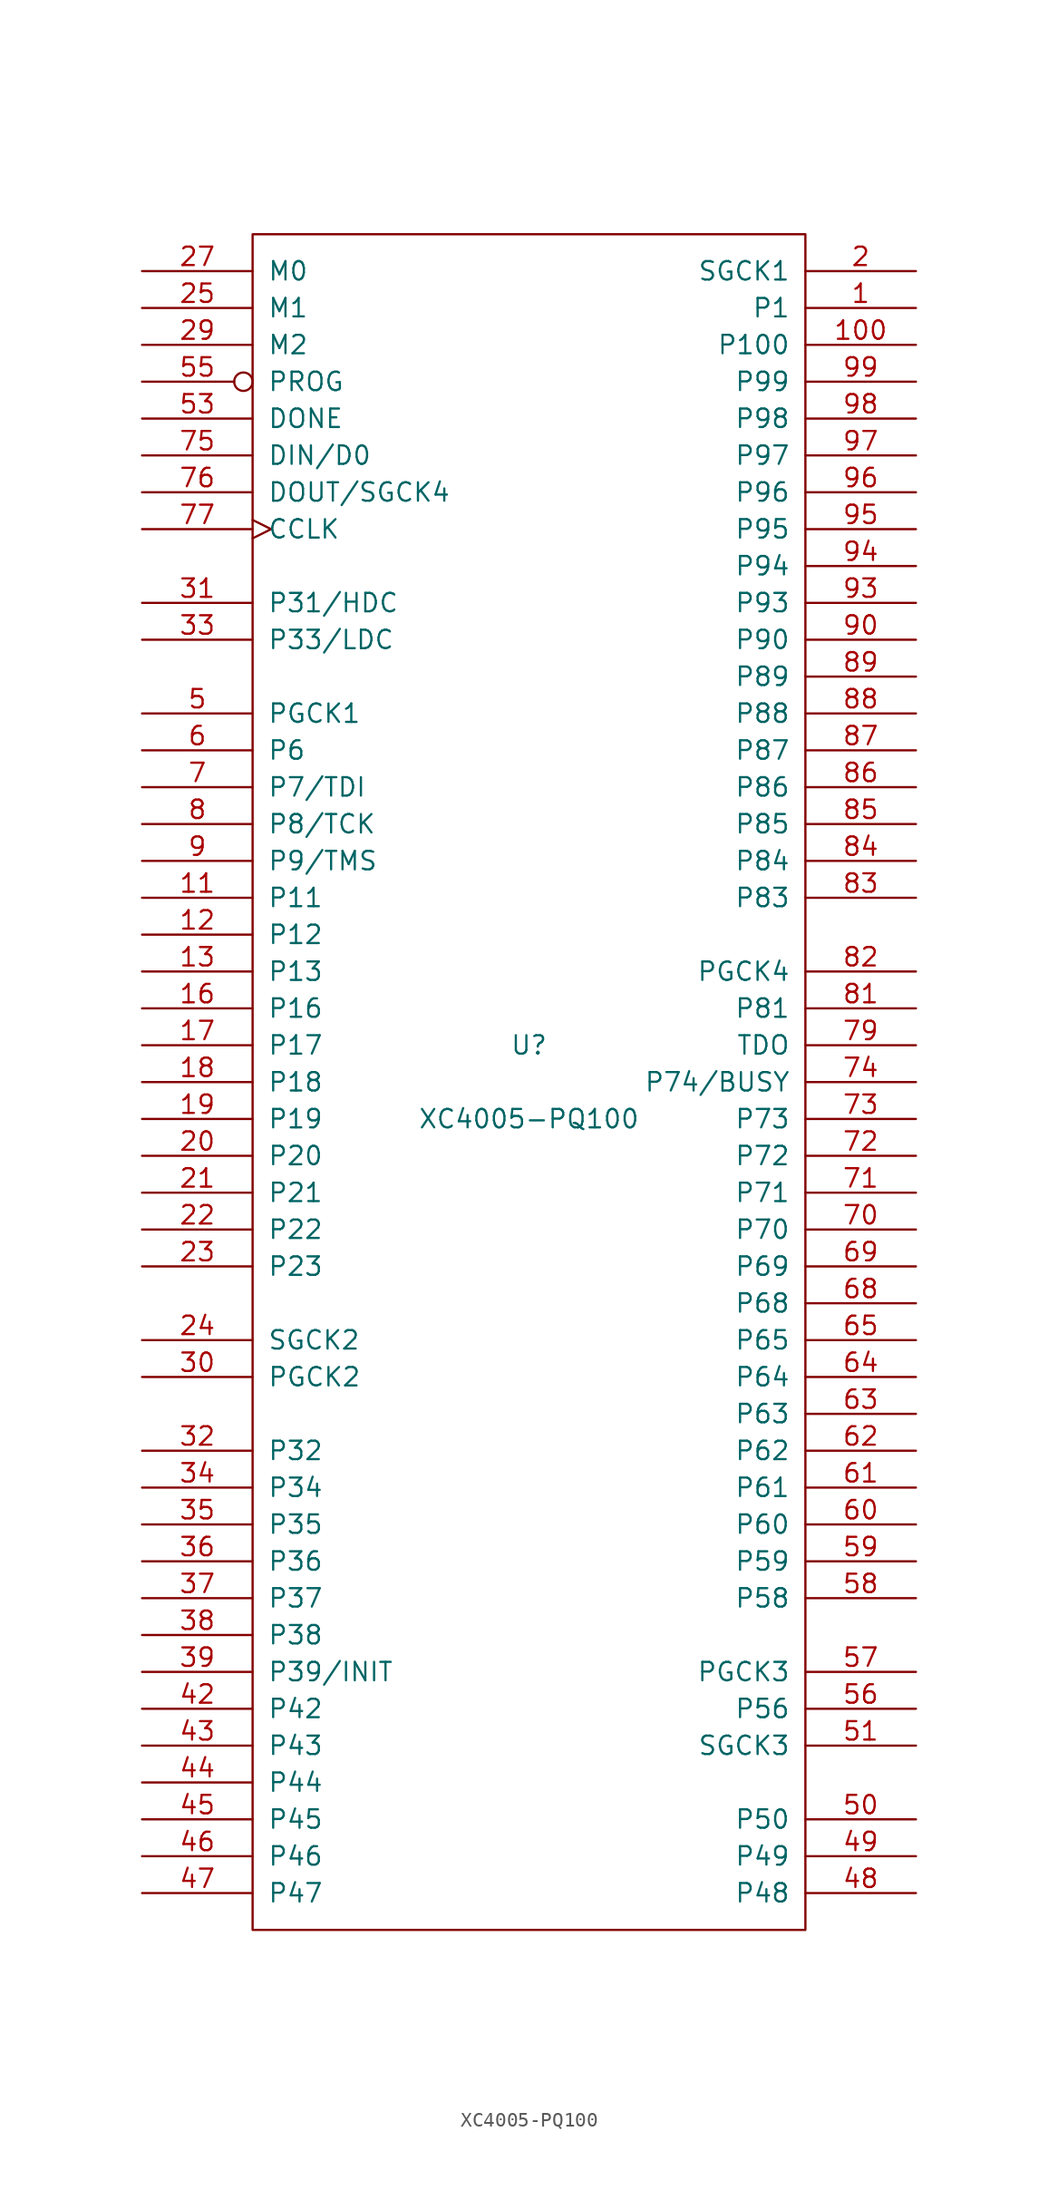
<source format=kicad_sym>
(kicad_symbol_lib
  (version 20201005)
  (generator kicad_symbol_editor)
  (symbol "FPGA_Xilinx:XC4005-PQ100"
    (pin_names
      (offset 1.016))
    (property "Reference" "U"
      (at 0 2.54 0)
      (effects (font (size 1.27 1.27))))
    (property "Value" "XC4005-PQ100"
      (at 0 -2.54 0)
      (effects (font (size 1.27 1.27))))
    (symbol "XC4005-PQ100_0_1"
      (rectangle (start -19.05 -58.42) (end 19.05 58.42) (stroke (width 0)) (fill (type none))))
    (symbol "XC4005-PQ100_1_1"
      (pin passive line (at 26.67 53.34 180) (length 7.62) (name "P1" (effects (font (size 1.27 1.27)))) (number "1" (effects (font (size 1.27 1.27)))))
      (pin passive line (at 26.67 50.8 180) (length 7.62) (name "P100" (effects (font (size 1.27 1.27)))) (number "100" (effects (font (size 1.27 1.27)))))
      (pin passive line (at -26.67 12.7 0) (length 7.62) (name "P11" (effects (font (size 1.27 1.27)))) (number "11" (effects (font (size 1.27 1.27)))))
      (pin passive line (at -26.67 10.16 0) (length 7.62) (name "P12" (effects (font (size 1.27 1.27)))) (number "12" (effects (font (size 1.27 1.27)))))
      (pin passive line (at -26.67 7.62 0) (length 7.62) (name "P13" (effects (font (size 1.27 1.27)))) (number "13" (effects (font (size 1.27 1.27)))))
      (pin power_in line (at -7.62 -58.42 90) (length 0) hide (name "GND" (effects (font (size 1.27 1.27)))) (number "14" (effects (font (size 1.27 1.27)))))
      (pin power_in line (at -7.62 58.42 270) (length 0) hide (name "VCC" (effects (font (size 1.27 1.27)))) (number "15" (effects (font (size 1.27 1.27)))))
      (pin passive line (at -26.67 5.08 0) (length 7.62) (name "P16" (effects (font (size 1.27 1.27)))) (number "16" (effects (font (size 1.27 1.27)))))
      (pin passive line (at -26.67 2.54 0) (length 7.62) (name "P17" (effects (font (size 1.27 1.27)))) (number "17" (effects (font (size 1.27 1.27)))))
      (pin passive line (at -26.67 0 0) (length 7.62) (name "P18" (effects (font (size 1.27 1.27)))) (number "18" (effects (font (size 1.27 1.27)))))
      (pin passive line (at -26.67 -2.54 0) (length 7.62) (name "P19" (effects (font (size 1.27 1.27)))) (number "19" (effects (font (size 1.27 1.27)))))
      (pin passive line (at 26.67 55.88 180) (length 7.62) (name "SGCK1" (effects (font (size 1.27 1.27)))) (number "2" (effects (font (size 1.27 1.27)))))
      (pin passive line (at -26.67 -5.08 0) (length 7.62) (name "P20" (effects (font (size 1.27 1.27)))) (number "20" (effects (font (size 1.27 1.27)))))
      (pin passive line (at -26.67 -7.62 0) (length 7.62) (name "P21" (effects (font (size 1.27 1.27)))) (number "21" (effects (font (size 1.27 1.27)))))
      (pin passive line (at -26.67 -10.16 0) (length 7.62) (name "P22" (effects (font (size 1.27 1.27)))) (number "22" (effects (font (size 1.27 1.27)))))
      (pin passive line (at -26.67 -12.7 0) (length 7.62) (name "P23" (effects (font (size 1.27 1.27)))) (number "23" (effects (font (size 1.27 1.27)))))
      (pin passive line (at -26.67 -17.78 0) (length 7.62) (name "SGCK2" (effects (font (size 1.27 1.27)))) (number "24" (effects (font (size 1.27 1.27)))))
      (pin passive line (at -26.67 53.34 0) (length 7.62) (name "M1" (effects (font (size 1.27 1.27)))) (number "25" (effects (font (size 1.27 1.27)))))
      (pin power_in line (at -5.08 -58.42 90) (length 0) hide (name "GND" (effects (font (size 1.27 1.27)))) (number "26" (effects (font (size 1.27 1.27)))))
      (pin input line (at -26.67 55.88 0) (length 7.62) (name "M0" (effects (font (size 1.27 1.27)))) (number "27" (effects (font (size 1.27 1.27)))))
      (pin power_in line (at -5.08 58.42 270) (length 0) hide (name "VCC" (effects (font (size 1.27 1.27)))) (number "28" (effects (font (size 1.27 1.27)))))
      (pin input line (at -26.67 50.8 0) (length 7.62) (name "M2" (effects (font (size 1.27 1.27)))) (number "29" (effects (font (size 1.27 1.27)))))
      (pin power_in line (at -10.16 58.42 270) (length 0) hide (name "VCC" (effects (font (size 1.27 1.27)))) (number "3" (effects (font (size 1.27 1.27)))))
      (pin passive line (at -26.67 -20.32 0) (length 7.62) (name "PGCK2" (effects (font (size 1.27 1.27)))) (number "30" (effects (font (size 1.27 1.27)))))
      (pin passive line (at -26.67 33.02 0) (length 7.62) (name "P31/HDC" (effects (font (size 1.27 1.27)))) (number "31" (effects (font (size 1.27 1.27)))))
      (pin passive line (at -26.67 -25.4 0) (length 7.62) (name "P32" (effects (font (size 1.27 1.27)))) (number "32" (effects (font (size 1.27 1.27)))))
      (pin passive line (at -26.67 30.48 0) (length 7.62) (name "P33/LDC" (effects (font (size 1.27 1.27)))) (number "33" (effects (font (size 1.27 1.27)))))
      (pin passive line (at -26.67 -27.94 0) (length 7.62) (name "P34" (effects (font (size 1.27 1.27)))) (number "34" (effects (font (size 1.27 1.27)))))
      (pin passive line (at -26.67 -30.48 0) (length 7.62) (name "P35" (effects (font (size 1.27 1.27)))) (number "35" (effects (font (size 1.27 1.27)))))
      (pin passive line (at -26.67 -33.02 0) (length 7.62) (name "P36" (effects (font (size 1.27 1.27)))) (number "36" (effects (font (size 1.27 1.27)))))
      (pin passive line (at -26.67 -35.56 0) (length 7.62) (name "P37" (effects (font (size 1.27 1.27)))) (number "37" (effects (font (size 1.27 1.27)))))
      (pin passive line (at -26.67 -38.1 0) (length 7.62) (name "P38" (effects (font (size 1.27 1.27)))) (number "38" (effects (font (size 1.27 1.27)))))
      (pin passive line (at -26.67 -40.64 0) (length 7.62) (name "P39/INIT" (effects (font (size 1.27 1.27)))) (number "39" (effects (font (size 1.27 1.27)))))
      (pin power_in line (at -10.16 -58.42 90) (length 0) hide (name "GND" (effects (font (size 1.27 1.27)))) (number "4" (effects (font (size 1.27 1.27)))))
      (pin power_in line (at -2.54 58.42 270) (length 0) hide (name "VCC" (effects (font (size 1.27 1.27)))) (number "40" (effects (font (size 1.27 1.27)))))
      (pin power_in line (at -2.54 -58.42 90) (length 0) hide (name "GND" (effects (font (size 1.27 1.27)))) (number "41" (effects (font (size 1.27 1.27)))))
      (pin passive line (at -26.67 -43.18 0) (length 7.62) (name "P42" (effects (font (size 1.27 1.27)))) (number "42" (effects (font (size 1.27 1.27)))))
      (pin passive line (at -26.67 -45.72 0) (length 7.62) (name "P43" (effects (font (size 1.27 1.27)))) (number "43" (effects (font (size 1.27 1.27)))))
      (pin passive line (at -26.67 -48.26 0) (length 7.62) (name "P44" (effects (font (size 1.27 1.27)))) (number "44" (effects (font (size 1.27 1.27)))))
      (pin passive line (at -26.67 -50.8 0) (length 7.62) (name "P45" (effects (font (size 1.27 1.27)))) (number "45" (effects (font (size 1.27 1.27)))))
      (pin passive line (at -26.67 -53.34 0) (length 7.62) (name "P46" (effects (font (size 1.27 1.27)))) (number "46" (effects (font (size 1.27 1.27)))))
      (pin passive line (at -26.67 -55.88 0) (length 7.62) (name "P47" (effects (font (size 1.27 1.27)))) (number "47" (effects (font (size 1.27 1.27)))))
      (pin passive line (at 26.67 -55.88 180) (length 7.62) (name "P48" (effects (font (size 1.27 1.27)))) (number "48" (effects (font (size 1.27 1.27)))))
      (pin passive line (at 26.67 -53.34 180) (length 7.62) (name "P49" (effects (font (size 1.27 1.27)))) (number "49" (effects (font (size 1.27 1.27)))))
      (pin passive line (at -26.67 25.4 0) (length 7.62) (name "PGCK1" (effects (font (size 1.27 1.27)))) (number "5" (effects (font (size 1.27 1.27)))))
      (pin passive line (at 26.67 -50.8 180) (length 7.62) (name "P50" (effects (font (size 1.27 1.27)))) (number "50" (effects (font (size 1.27 1.27)))))
      (pin passive line (at 26.67 -45.72 180) (length 7.62) (name "SGCK3" (effects (font (size 1.27 1.27)))) (number "51" (effects (font (size 1.27 1.27)))))
      (pin power_in line (at 0 -58.42 90) (length 0) hide (name "GND" (effects (font (size 1.27 1.27)))) (number "52" (effects (font (size 1.27 1.27)))))
      (pin open_collector line (at -26.67 45.72 0) (length 7.62) (name "DONE" (effects (font (size 1.27 1.27)))) (number "53" (effects (font (size 1.27 1.27)))))
      (pin power_in line (at 0 58.42 270) (length 0) hide (name "VCC" (effects (font (size 1.27 1.27)))) (number "54" (effects (font (size 1.27 1.27)))))
      (pin input inverted (at -26.67 48.26 0) (length 7.62) (name "PROG" (effects (font (size 1.27 1.27)))) (number "55" (effects (font (size 1.27 1.27)))))
      (pin passive line (at 26.67 -43.18 180) (length 7.62) (name "P56" (effects (font (size 1.27 1.27)))) (number "56" (effects (font (size 1.27 1.27)))))
      (pin passive line (at 26.67 -40.64 180) (length 7.62) (name "PGCK3" (effects (font (size 1.27 1.27)))) (number "57" (effects (font (size 1.27 1.27)))))
      (pin passive line (at 26.67 -35.56 180) (length 7.62) (name "P58" (effects (font (size 1.27 1.27)))) (number "58" (effects (font (size 1.27 1.27)))))
      (pin passive line (at 26.67 -33.02 180) (length 7.62) (name "P59" (effects (font (size 1.27 1.27)))) (number "59" (effects (font (size 1.27 1.27)))))
      (pin passive line (at -26.67 22.86 0) (length 7.62) (name "P6" (effects (font (size 1.27 1.27)))) (number "6" (effects (font (size 1.27 1.27)))))
      (pin passive line (at 26.67 -30.48 180) (length 7.62) (name "P60" (effects (font (size 1.27 1.27)))) (number "60" (effects (font (size 1.27 1.27)))))
      (pin passive line (at 26.67 -27.94 180) (length 7.62) (name "P61" (effects (font (size 1.27 1.27)))) (number "61" (effects (font (size 1.27 1.27)))))
      (pin passive line (at 26.67 -25.4 180) (length 7.62) (name "P62" (effects (font (size 1.27 1.27)))) (number "62" (effects (font (size 1.27 1.27)))))
      (pin passive line (at 26.67 -22.86 180) (length 7.62) (name "P63" (effects (font (size 1.27 1.27)))) (number "63" (effects (font (size 1.27 1.27)))))
      (pin passive line (at 26.67 -20.32 180) (length 7.62) (name "P64" (effects (font (size 1.27 1.27)))) (number "64" (effects (font (size 1.27 1.27)))))
      (pin passive line (at 26.67 -17.78 180) (length 7.62) (name "P65" (effects (font (size 1.27 1.27)))) (number "65" (effects (font (size 1.27 1.27)))))
      (pin power_in line (at 2.54 58.42 270) (length 0) hide (name "VCC" (effects (font (size 1.27 1.27)))) (number "66" (effects (font (size 1.27 1.27)))))
      (pin power_in line (at 2.54 -58.42 90) (length 0) hide (name "GND" (effects (font (size 1.27 1.27)))) (number "67" (effects (font (size 1.27 1.27)))))
      (pin passive line (at 26.67 -15.24 180) (length 7.62) (name "P68" (effects (font (size 1.27 1.27)))) (number "68" (effects (font (size 1.27 1.27)))))
      (pin passive line (at 26.67 -12.7 180) (length 7.62) (name "P69" (effects (font (size 1.27 1.27)))) (number "69" (effects (font (size 1.27 1.27)))))
      (pin passive line (at -26.67 20.32 0) (length 7.62) (name "P7/TDI" (effects (font (size 1.27 1.27)))) (number "7" (effects (font (size 1.27 1.27)))))
      (pin passive line (at 26.67 -10.16 180) (length 7.62) (name "P70" (effects (font (size 1.27 1.27)))) (number "70" (effects (font (size 1.27 1.27)))))
      (pin passive line (at 26.67 -7.62 180) (length 7.62) (name "P71" (effects (font (size 1.27 1.27)))) (number "71" (effects (font (size 1.27 1.27)))))
      (pin passive line (at 26.67 -5.08 180) (length 7.62) (name "P72" (effects (font (size 1.27 1.27)))) (number "72" (effects (font (size 1.27 1.27)))))
      (pin passive line (at 26.67 -2.54 180) (length 7.62) (name "P73" (effects (font (size 1.27 1.27)))) (number "73" (effects (font (size 1.27 1.27)))))
      (pin passive line (at 26.67 0 180) (length 7.62) (name "P74/BUSY" (effects (font (size 1.27 1.27)))) (number "74" (effects (font (size 1.27 1.27)))))
      (pin passive line (at -26.67 43.18 0) (length 7.62) (name "DIN/D0" (effects (font (size 1.27 1.27)))) (number "75" (effects (font (size 1.27 1.27)))))
      (pin passive line (at -26.67 40.64 0) (length 7.62) (name "DOUT/SGCK4" (effects (font (size 1.27 1.27)))) (number "76" (effects (font (size 1.27 1.27)))))
      (pin input clock (at -26.67 38.1 0) (length 7.62) (name "CCLK" (effects (font (size 1.27 1.27)))) (number "77" (effects (font (size 1.27 1.27)))))
      (pin power_in line (at 5.08 58.42 270) (length 0) hide (name "VCC" (effects (font (size 1.27 1.27)))) (number "78" (effects (font (size 1.27 1.27)))))
      (pin output line (at 26.67 2.54 180) (length 7.62) (name "TDO" (effects (font (size 1.27 1.27)))) (number "79" (effects (font (size 1.27 1.27)))))
      (pin passive line (at -26.67 17.78 0) (length 7.62) (name "P8/TCK" (effects (font (size 1.27 1.27)))) (number "8" (effects (font (size 1.27 1.27)))))
      (pin power_in line (at 5.08 -58.42 90) (length 0) hide (name "GND" (effects (font (size 1.27 1.27)))) (number "80" (effects (font (size 1.27 1.27)))))
      (pin passive line (at 26.67 5.08 180) (length 7.62) (name "P81" (effects (font (size 1.27 1.27)))) (number "81" (effects (font (size 1.27 1.27)))))
      (pin passive line (at 26.67 7.62 180) (length 7.62) (name "PGCK4" (effects (font (size 1.27 1.27)))) (number "82" (effects (font (size 1.27 1.27)))))
      (pin passive line (at 26.67 12.7 180) (length 7.62) (name "P83" (effects (font (size 1.27 1.27)))) (number "83" (effects (font (size 1.27 1.27)))))
      (pin passive line (at 26.67 15.24 180) (length 7.62) (name "P84" (effects (font (size 1.27 1.27)))) (number "84" (effects (font (size 1.27 1.27)))))
      (pin passive line (at 26.67 17.78 180) (length 7.62) (name "P85" (effects (font (size 1.27 1.27)))) (number "85" (effects (font (size 1.27 1.27)))))
      (pin passive line (at 26.67 20.32 180) (length 7.62) (name "P86" (effects (font (size 1.27 1.27)))) (number "86" (effects (font (size 1.27 1.27)))))
      (pin passive line (at 26.67 22.86 180) (length 7.62) (name "P87" (effects (font (size 1.27 1.27)))) (number "87" (effects (font (size 1.27 1.27)))))
      (pin passive line (at 26.67 25.4 180) (length 7.62) (name "P88" (effects (font (size 1.27 1.27)))) (number "88" (effects (font (size 1.27 1.27)))))
      (pin passive line (at 26.67 27.94 180) (length 7.62) (name "P89" (effects (font (size 1.27 1.27)))) (number "89" (effects (font (size 1.27 1.27)))))
      (pin passive line (at -26.67 15.24 0) (length 7.62) (name "P9/TMS" (effects (font (size 1.27 1.27)))) (number "9" (effects (font (size 1.27 1.27)))))
      (pin passive line (at 26.67 30.48 180) (length 7.62) (name "P90" (effects (font (size 1.27 1.27)))) (number "90" (effects (font (size 1.27 1.27)))))
      (pin power_in line (at 7.62 -58.42 90) (length 0) hide (name "GND" (effects (font (size 1.27 1.27)))) (number "91" (effects (font (size 1.27 1.27)))))
      (pin power_in line (at 7.62 58.42 270) (length 0) hide (name "VCC" (effects (font (size 1.27 1.27)))) (number "92" (effects (font (size 1.27 1.27)))))
      (pin passive line (at 26.67 33.02 180) (length 7.62) (name "P93" (effects (font (size 1.27 1.27)))) (number "93" (effects (font (size 1.27 1.27)))))
      (pin passive line (at 26.67 35.56 180) (length 7.62) (name "P94" (effects (font (size 1.27 1.27)))) (number "94" (effects (font (size 1.27 1.27)))))
      (pin passive line (at 26.67 38.1 180) (length 7.62) (name "P95" (effects (font (size 1.27 1.27)))) (number "95" (effects (font (size 1.27 1.27)))))
      (pin passive line (at 26.67 40.64 180) (length 7.62) (name "P96" (effects (font (size 1.27 1.27)))) (number "96" (effects (font (size 1.27 1.27)))))
      (pin passive line (at 26.67 43.18 180) (length 7.62) (name "P97" (effects (font (size 1.27 1.27)))) (number "97" (effects (font (size 1.27 1.27)))))
      (pin passive line (at 26.67 45.72 180) (length 7.62) (name "P98" (effects (font (size 1.27 1.27)))) (number "98" (effects (font (size 1.27 1.27)))))
      (pin passive line (at 26.67 48.26 180) (length 7.62) (name "P99" (effects (font (size 1.27 1.27)))) (number "99" (effects (font (size 1.27 1.27))))))))
</source>
